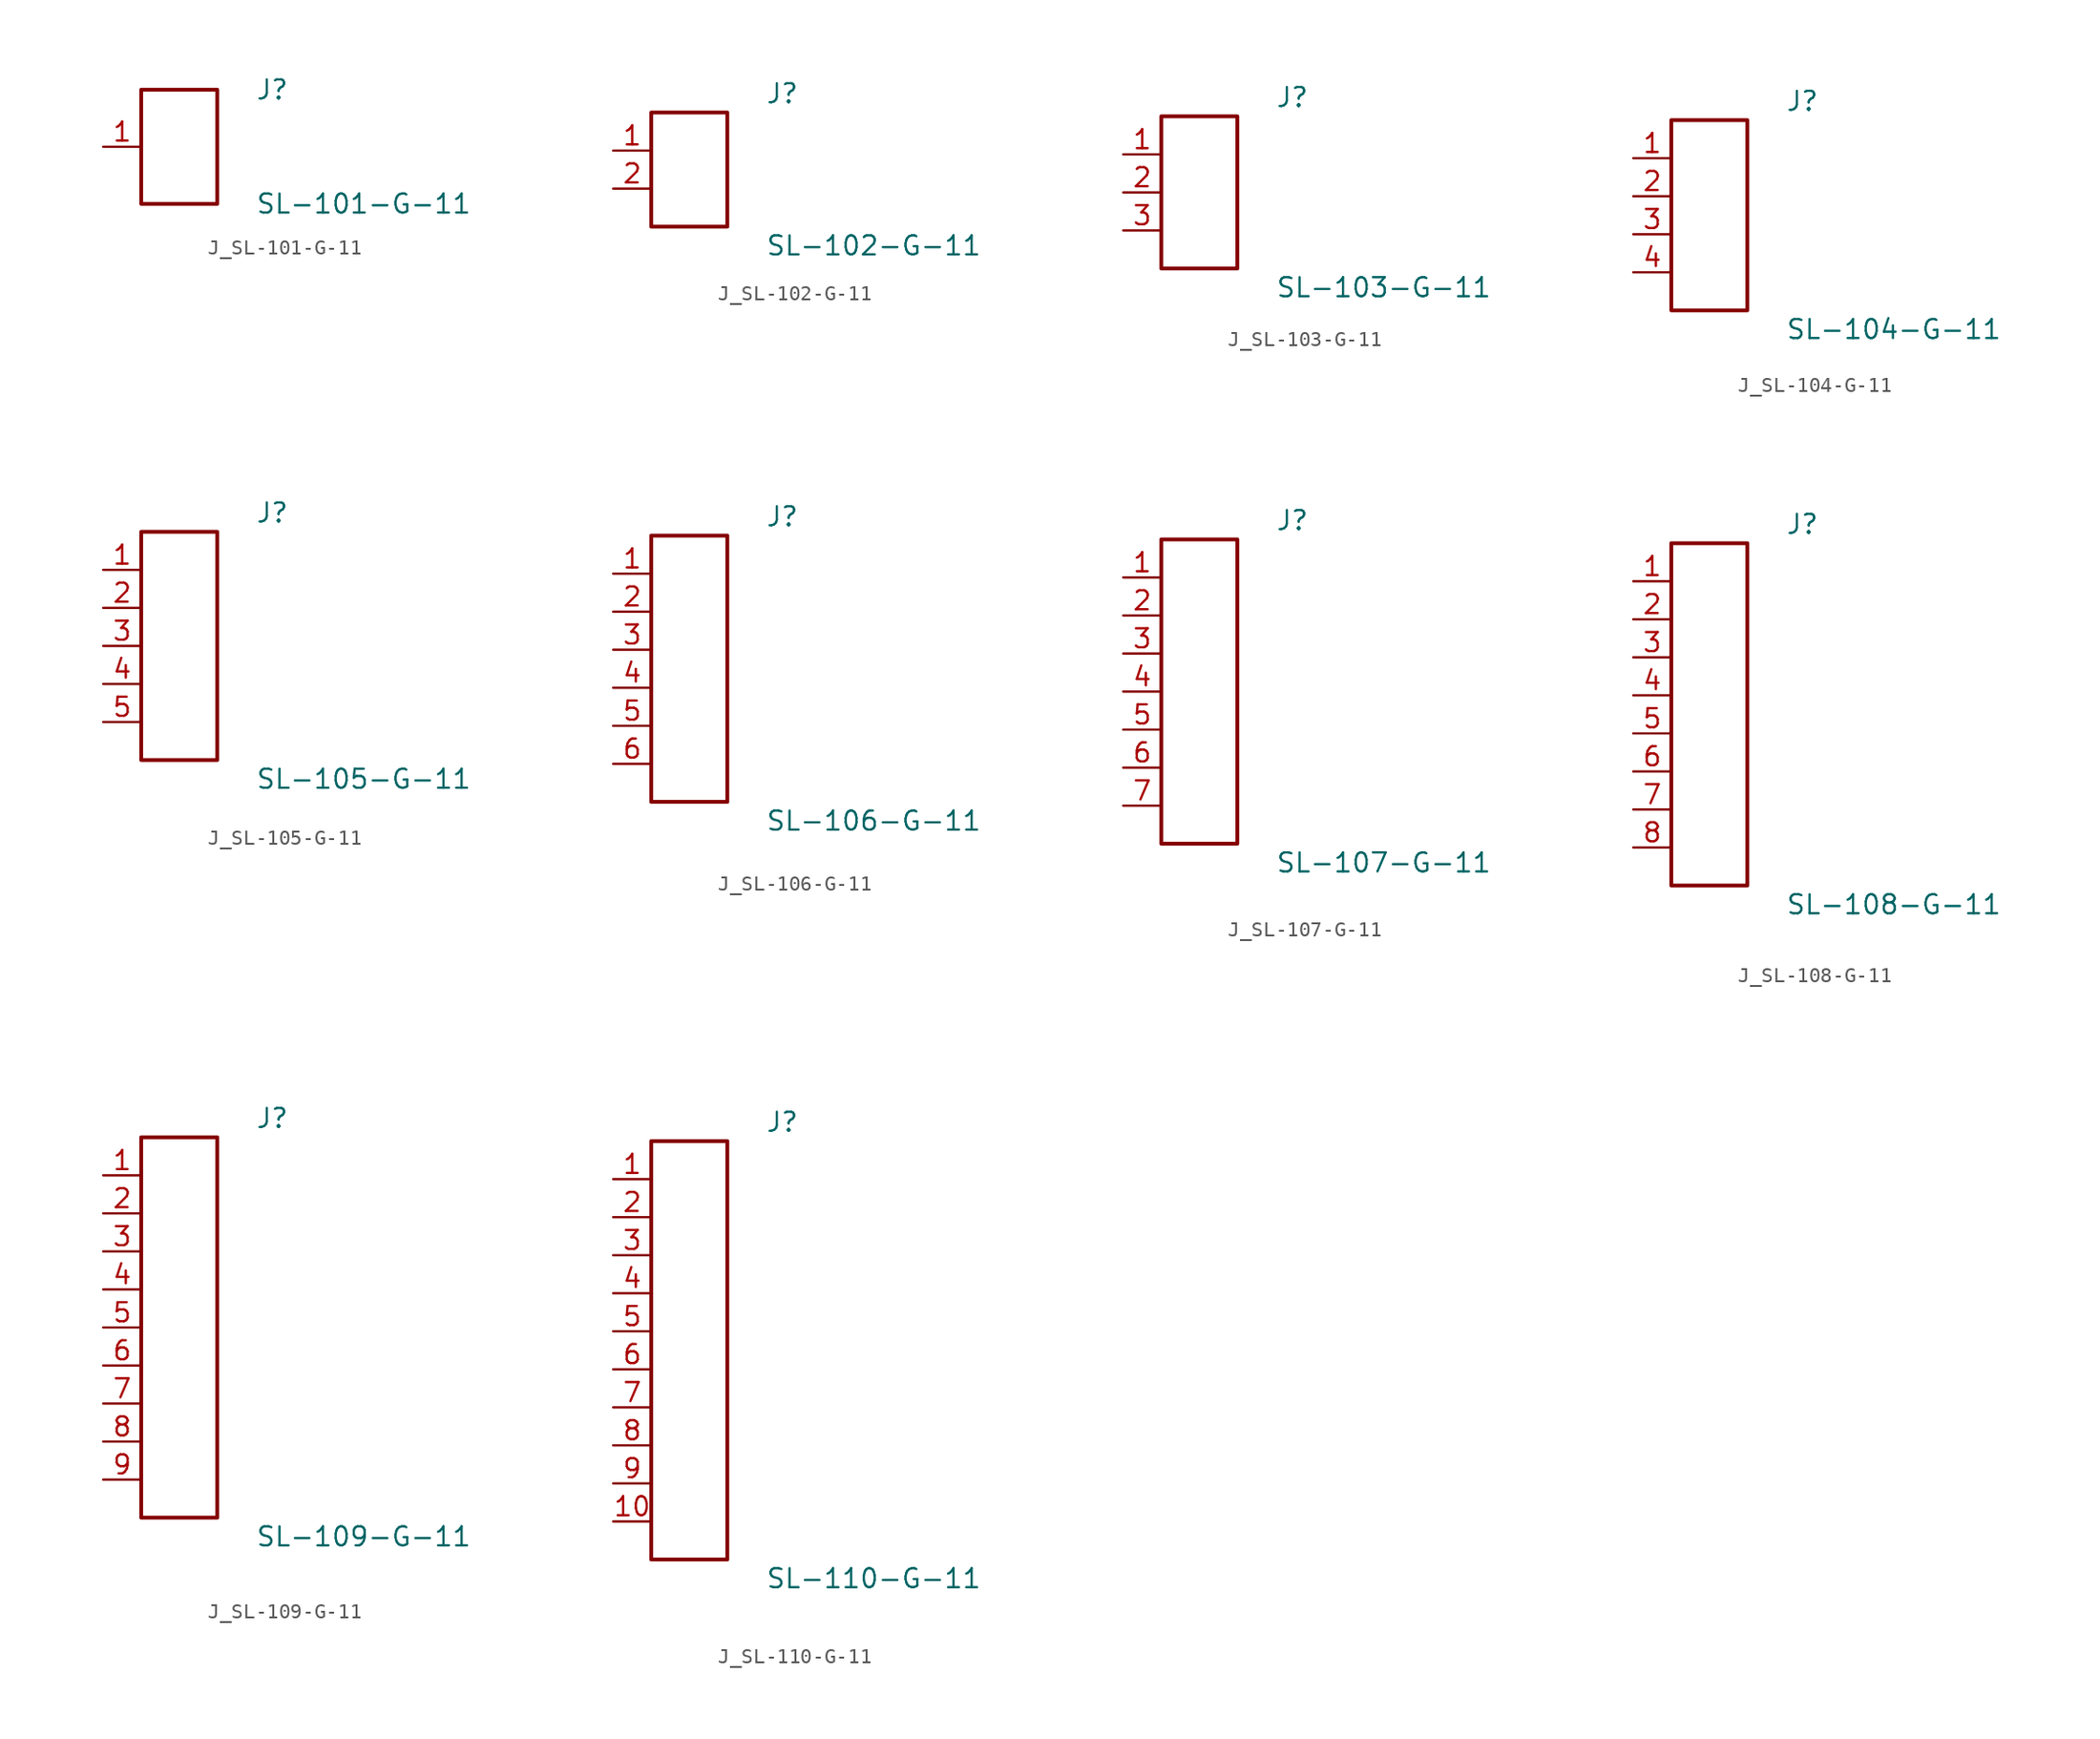
<source format=kicad_sym>
(kicad_symbol_lib
  (version 20231120)
  (generator kicad_symbol_editor)
  (generator_version 8.0)
  (symbol "J_SL-101-G-11"
    (pin_names
      (offset 0.254))
    (property "Reference" "J"
      (at 5.08 3.81 0)
      (effects (font (size 1.27 1.27)) (justify left)))
    (property "Value" "SL-101-G-11"
      (at 5.08 -3.81 0)
      (effects (font (size 1.27 1.27)) (justify left)))
    (symbol "J_SL-101-G-11_0_0"
      (pin unspecified line (at -5.08 0.0 0) (length 2.54) (name "" (effects (font (size 1.27 1.27)))) (number "1" (effects (font (size 1.27 1.27))))))
    (symbol "J_SL-101-G-11_1_0"
      (rectangle (start -2.54 3.81) (end 2.54 -3.81) (stroke (width 0.254) (type solid)) (fill (type none)))))
  (symbol "J_SL-102-G-11"
    (pin_names
      (offset 0.254))
    (property "Reference" "J"
      (at 5.08 5.08 0)
      (effects (font (size 1.27 1.27)) (justify left)))
    (property "Value" "SL-102-G-11"
      (at 5.08 -5.08 0)
      (effects (font (size 1.27 1.27)) (justify left)))
    (symbol "J_SL-102-G-11_0_0"
      (pin unspecified line (at -5.08 1.27 0) (length 2.54) (name "" (effects (font (size 1.27 1.27)))) (number "1" (effects (font (size 1.27 1.27)))))
      (pin unspecified line (at -5.08 -1.27 0) (length 2.54) (name "" (effects (font (size 1.27 1.27)))) (number "2" (effects (font (size 1.27 1.27))))))
    (symbol "J_SL-102-G-11_1_0"
      (rectangle (start -2.54 3.81) (end 2.54 -3.81) (stroke (width 0.254) (type solid)) (fill (type none)))))
  (symbol "J_SL-103-G-11"
    (pin_names
      (offset 0.254))
    (property "Reference" "J"
      (at 5.08 6.35 0)
      (effects (font (size 1.27 1.27)) (justify left)))
    (property "Value" "SL-103-G-11"
      (at 5.08 -6.35 0)
      (effects (font (size 1.27 1.27)) (justify left)))
    (symbol "J_SL-103-G-11_0_0"
      (pin unspecified line (at -5.08 2.54 0) (length 2.54) (name "" (effects (font (size 1.27 1.27)))) (number "1" (effects (font (size 1.27 1.27)))))
      (pin unspecified line (at -5.08 0.0 0) (length 2.54) (name "" (effects (font (size 1.27 1.27)))) (number "2" (effects (font (size 1.27 1.27)))))
      (pin unspecified line (at -5.08 -2.54 0) (length 2.54) (name "" (effects (font (size 1.27 1.27)))) (number "3" (effects (font (size 1.27 1.27))))))
    (symbol "J_SL-103-G-11_1_0"
      (rectangle (start -2.54 5.08) (end 2.54 -5.08) (stroke (width 0.254) (type solid)) (fill (type none)))))
  (symbol "J_SL-104-G-11"
    (pin_names
      (offset 0.254))
    (property "Reference" "J"
      (at 5.08 7.62 0)
      (effects (font (size 1.27 1.27)) (justify left)))
    (property "Value" "SL-104-G-11"
      (at 5.08 -7.62 0)
      (effects (font (size 1.27 1.27)) (justify left)))
    (symbol "J_SL-104-G-11_0_0"
      (pin unspecified line (at -5.08 3.81 0) (length 2.54) (name "" (effects (font (size 1.27 1.27)))) (number "1" (effects (font (size 1.27 1.27)))))
      (pin unspecified line (at -5.08 1.27 0) (length 2.54) (name "" (effects (font (size 1.27 1.27)))) (number "2" (effects (font (size 1.27 1.27)))))
      (pin unspecified line (at -5.08 -1.27 0) (length 2.54) (name "" (effects (font (size 1.27 1.27)))) (number "3" (effects (font (size 1.27 1.27)))))
      (pin unspecified line (at -5.08 -3.81 0) (length 2.54) (name "" (effects (font (size 1.27 1.27)))) (number "4" (effects (font (size 1.27 1.27))))))
    (symbol "J_SL-104-G-11_1_0"
      (rectangle (start -2.54 6.35) (end 2.54 -6.35) (stroke (width 0.254) (type solid)) (fill (type none)))))
  (symbol "J_SL-105-G-11"
    (pin_names
      (offset 0.254))
    (property "Reference" "J"
      (at 5.08 8.89 0)
      (effects (font (size 1.27 1.27)) (justify left)))
    (property "Value" "SL-105-G-11"
      (at 5.08 -8.89 0)
      (effects (font (size 1.27 1.27)) (justify left)))
    (symbol "J_SL-105-G-11_0_0"
      (pin unspecified line (at -5.08 5.08 0) (length 2.54) (name "" (effects (font (size 1.27 1.27)))) (number "1" (effects (font (size 1.27 1.27)))))
      (pin unspecified line (at -5.08 2.54 0) (length 2.54) (name "" (effects (font (size 1.27 1.27)))) (number "2" (effects (font (size 1.27 1.27)))))
      (pin unspecified line (at -5.08 0.0 0) (length 2.54) (name "" (effects (font (size 1.27 1.27)))) (number "3" (effects (font (size 1.27 1.27)))))
      (pin unspecified line (at -5.08 -2.54 0) (length 2.54) (name "" (effects (font (size 1.27 1.27)))) (number "4" (effects (font (size 1.27 1.27)))))
      (pin unspecified line (at -5.08 -5.08 0) (length 2.54) (name "" (effects (font (size 1.27 1.27)))) (number "5" (effects (font (size 1.27 1.27))))))
    (symbol "J_SL-105-G-11_1_0"
      (rectangle (start -2.54 7.62) (end 2.54 -7.62) (stroke (width 0.254) (type solid)) (fill (type none)))))
  (symbol "J_SL-106-G-11"
    (pin_names
      (offset 0.254))
    (property "Reference" "J"
      (at 5.08 10.16 0)
      (effects (font (size 1.27 1.27)) (justify left)))
    (property "Value" "SL-106-G-11"
      (at 5.08 -10.16 0)
      (effects (font (size 1.27 1.27)) (justify left)))
    (symbol "J_SL-106-G-11_0_0"
      (pin unspecified line (at -5.08 6.35 0) (length 2.54) (name "" (effects (font (size 1.27 1.27)))) (number "1" (effects (font (size 1.27 1.27)))))
      (pin unspecified line (at -5.08 3.81 0) (length 2.54) (name "" (effects (font (size 1.27 1.27)))) (number "2" (effects (font (size 1.27 1.27)))))
      (pin unspecified line (at -5.08 1.27 0) (length 2.54) (name "" (effects (font (size 1.27 1.27)))) (number "3" (effects (font (size 1.27 1.27)))))
      (pin unspecified line (at -5.08 -1.27 0) (length 2.54) (name "" (effects (font (size 1.27 1.27)))) (number "4" (effects (font (size 1.27 1.27)))))
      (pin unspecified line (at -5.08 -3.81 0) (length 2.54) (name "" (effects (font (size 1.27 1.27)))) (number "5" (effects (font (size 1.27 1.27)))))
      (pin unspecified line (at -5.08 -6.35 0) (length 2.54) (name "" (effects (font (size 1.27 1.27)))) (number "6" (effects (font (size 1.27 1.27))))))
    (symbol "J_SL-106-G-11_1_0"
      (rectangle (start -2.54 8.89) (end 2.54 -8.89) (stroke (width 0.254) (type solid)) (fill (type none)))))
  (symbol "J_SL-107-G-11"
    (pin_names
      (offset 0.254))
    (property "Reference" "J"
      (at 5.08 11.43 0)
      (effects (font (size 1.27 1.27)) (justify left)))
    (property "Value" "SL-107-G-11"
      (at 5.08 -11.43 0)
      (effects (font (size 1.27 1.27)) (justify left)))
    (symbol "J_SL-107-G-11_0_0"
      (pin unspecified line (at -5.08 7.62 0) (length 2.54) (name "" (effects (font (size 1.27 1.27)))) (number "1" (effects (font (size 1.27 1.27)))))
      (pin unspecified line (at -5.08 5.08 0) (length 2.54) (name "" (effects (font (size 1.27 1.27)))) (number "2" (effects (font (size 1.27 1.27)))))
      (pin unspecified line (at -5.08 2.54 0) (length 2.54) (name "" (effects (font (size 1.27 1.27)))) (number "3" (effects (font (size 1.27 1.27)))))
      (pin unspecified line (at -5.08 0.0 0) (length 2.54) (name "" (effects (font (size 1.27 1.27)))) (number "4" (effects (font (size 1.27 1.27)))))
      (pin unspecified line (at -5.08 -2.54 0) (length 2.54) (name "" (effects (font (size 1.27 1.27)))) (number "5" (effects (font (size 1.27 1.27)))))
      (pin unspecified line (at -5.08 -5.08 0) (length 2.54) (name "" (effects (font (size 1.27 1.27)))) (number "6" (effects (font (size 1.27 1.27)))))
      (pin unspecified line (at -5.08 -7.62 0) (length 2.54) (name "" (effects (font (size 1.27 1.27)))) (number "7" (effects (font (size 1.27 1.27))))))
    (symbol "J_SL-107-G-11_1_0"
      (rectangle (start -2.54 10.16) (end 2.54 -10.16) (stroke (width 0.254) (type solid)) (fill (type none)))))
  (symbol "J_SL-108-G-11"
    (pin_names
      (offset 0.254))
    (property "Reference" "J"
      (at 5.08 12.7 0)
      (effects (font (size 1.27 1.27)) (justify left)))
    (property "Value" "SL-108-G-11"
      (at 5.08 -12.7 0)
      (effects (font (size 1.27 1.27)) (justify left)))
    (symbol "J_SL-108-G-11_0_0"
      (pin unspecified line (at -5.08 8.89 0) (length 2.54) (name "" (effects (font (size 1.27 1.27)))) (number "1" (effects (font (size 1.27 1.27)))))
      (pin unspecified line (at -5.08 6.35 0) (length 2.54) (name "" (effects (font (size 1.27 1.27)))) (number "2" (effects (font (size 1.27 1.27)))))
      (pin unspecified line (at -5.08 3.81 0) (length 2.54) (name "" (effects (font (size 1.27 1.27)))) (number "3" (effects (font (size 1.27 1.27)))))
      (pin unspecified line (at -5.08 1.27 0) (length 2.54) (name "" (effects (font (size 1.27 1.27)))) (number "4" (effects (font (size 1.27 1.27)))))
      (pin unspecified line (at -5.08 -1.27 0) (length 2.54) (name "" (effects (font (size 1.27 1.27)))) (number "5" (effects (font (size 1.27 1.27)))))
      (pin unspecified line (at -5.08 -3.81 0) (length 2.54) (name "" (effects (font (size 1.27 1.27)))) (number "6" (effects (font (size 1.27 1.27)))))
      (pin unspecified line (at -5.08 -6.35 0) (length 2.54) (name "" (effects (font (size 1.27 1.27)))) (number "7" (effects (font (size 1.27 1.27)))))
      (pin unspecified line (at -5.08 -8.89 0) (length 2.54) (name "" (effects (font (size 1.27 1.27)))) (number "8" (effects (font (size 1.27 1.27))))))
    (symbol "J_SL-108-G-11_1_0"
      (rectangle (start -2.54 11.43) (end 2.54 -11.43) (stroke (width 0.254) (type solid)) (fill (type none)))))
  (symbol "J_SL-109-G-11"
    (pin_names
      (offset 0.254))
    (property "Reference" "J"
      (at 5.08 13.97 0)
      (effects (font (size 1.27 1.27)) (justify left)))
    (property "Value" "SL-109-G-11"
      (at 5.08 -13.97 0)
      (effects (font (size 1.27 1.27)) (justify left)))
    (symbol "J_SL-109-G-11_0_0"
      (pin unspecified line (at -5.08 10.16 0) (length 2.54) (name "" (effects (font (size 1.27 1.27)))) (number "1" (effects (font (size 1.27 1.27)))))
      (pin unspecified line (at -5.08 7.62 0) (length 2.54) (name "" (effects (font (size 1.27 1.27)))) (number "2" (effects (font (size 1.27 1.27)))))
      (pin unspecified line (at -5.08 5.08 0) (length 2.54) (name "" (effects (font (size 1.27 1.27)))) (number "3" (effects (font (size 1.27 1.27)))))
      (pin unspecified line (at -5.08 2.54 0) (length 2.54) (name "" (effects (font (size 1.27 1.27)))) (number "4" (effects (font (size 1.27 1.27)))))
      (pin unspecified line (at -5.08 0.0 0) (length 2.54) (name "" (effects (font (size 1.27 1.27)))) (number "5" (effects (font (size 1.27 1.27)))))
      (pin unspecified line (at -5.08 -2.54 0) (length 2.54) (name "" (effects (font (size 1.27 1.27)))) (number "6" (effects (font (size 1.27 1.27)))))
      (pin unspecified line (at -5.08 -5.08 0) (length 2.54) (name "" (effects (font (size 1.27 1.27)))) (number "7" (effects (font (size 1.27 1.27)))))
      (pin unspecified line (at -5.08 -7.62 0) (length 2.54) (name "" (effects (font (size 1.27 1.27)))) (number "8" (effects (font (size 1.27 1.27)))))
      (pin unspecified line (at -5.08 -10.16 0) (length 2.54) (name "" (effects (font (size 1.27 1.27)))) (number "9" (effects (font (size 1.27 1.27))))))
    (symbol "J_SL-109-G-11_1_0"
      (rectangle (start -2.54 12.7) (end 2.54 -12.7) (stroke (width 0.254) (type solid)) (fill (type none)))))
  (symbol "J_SL-110-G-11"
    (pin_names
      (offset 0.254))
    (property "Reference" "J"
      (at 5.08 15.24 0)
      (effects (font (size 1.27 1.27)) (justify left)))
    (property "Value" "SL-110-G-11"
      (at 5.08 -15.24 0)
      (effects (font (size 1.27 1.27)) (justify left)))
    (symbol "J_SL-110-G-11_0_0"
      (pin unspecified line (at -5.08 11.43 0) (length 2.54) (name "" (effects (font (size 1.27 1.27)))) (number "1" (effects (font (size 1.27 1.27)))))
      (pin unspecified line (at -5.08 8.89 0) (length 2.54) (name "" (effects (font (size 1.27 1.27)))) (number "2" (effects (font (size 1.27 1.27)))))
      (pin unspecified line (at -5.08 6.35 0) (length 2.54) (name "" (effects (font (size 1.27 1.27)))) (number "3" (effects (font (size 1.27 1.27)))))
      (pin unspecified line (at -5.08 3.81 0) (length 2.54) (name "" (effects (font (size 1.27 1.27)))) (number "4" (effects (font (size 1.27 1.27)))))
      (pin unspecified line (at -5.08 1.27 0) (length 2.54) (name "" (effects (font (size 1.27 1.27)))) (number "5" (effects (font (size 1.27 1.27)))))
      (pin unspecified line (at -5.08 -1.27 0) (length 2.54) (name "" (effects (font (size 1.27 1.27)))) (number "6" (effects (font (size 1.27 1.27)))))
      (pin unspecified line (at -5.08 -3.81 0) (length 2.54) (name "" (effects (font (size 1.27 1.27)))) (number "7" (effects (font (size 1.27 1.27)))))
      (pin unspecified line (at -5.08 -6.35 0) (length 2.54) (name "" (effects (font (size 1.27 1.27)))) (number "8" (effects (font (size 1.27 1.27)))))
      (pin unspecified line (at -5.08 -8.89 0) (length 2.54) (name "" (effects (font (size 1.27 1.27)))) (number "9" (effects (font (size 1.27 1.27)))))
      (pin unspecified line (at -5.08 -11.43 0) (length 2.54) (name "" (effects (font (size 1.27 1.27)))) (number "10" (effects (font (size 1.27 1.27))))))
    (symbol "J_SL-110-G-11_1_0"
      (rectangle (start -2.54 13.97) (end 2.54 -13.97) (stroke (width 0.254) (type solid)) (fill (type none))))))
</source>
